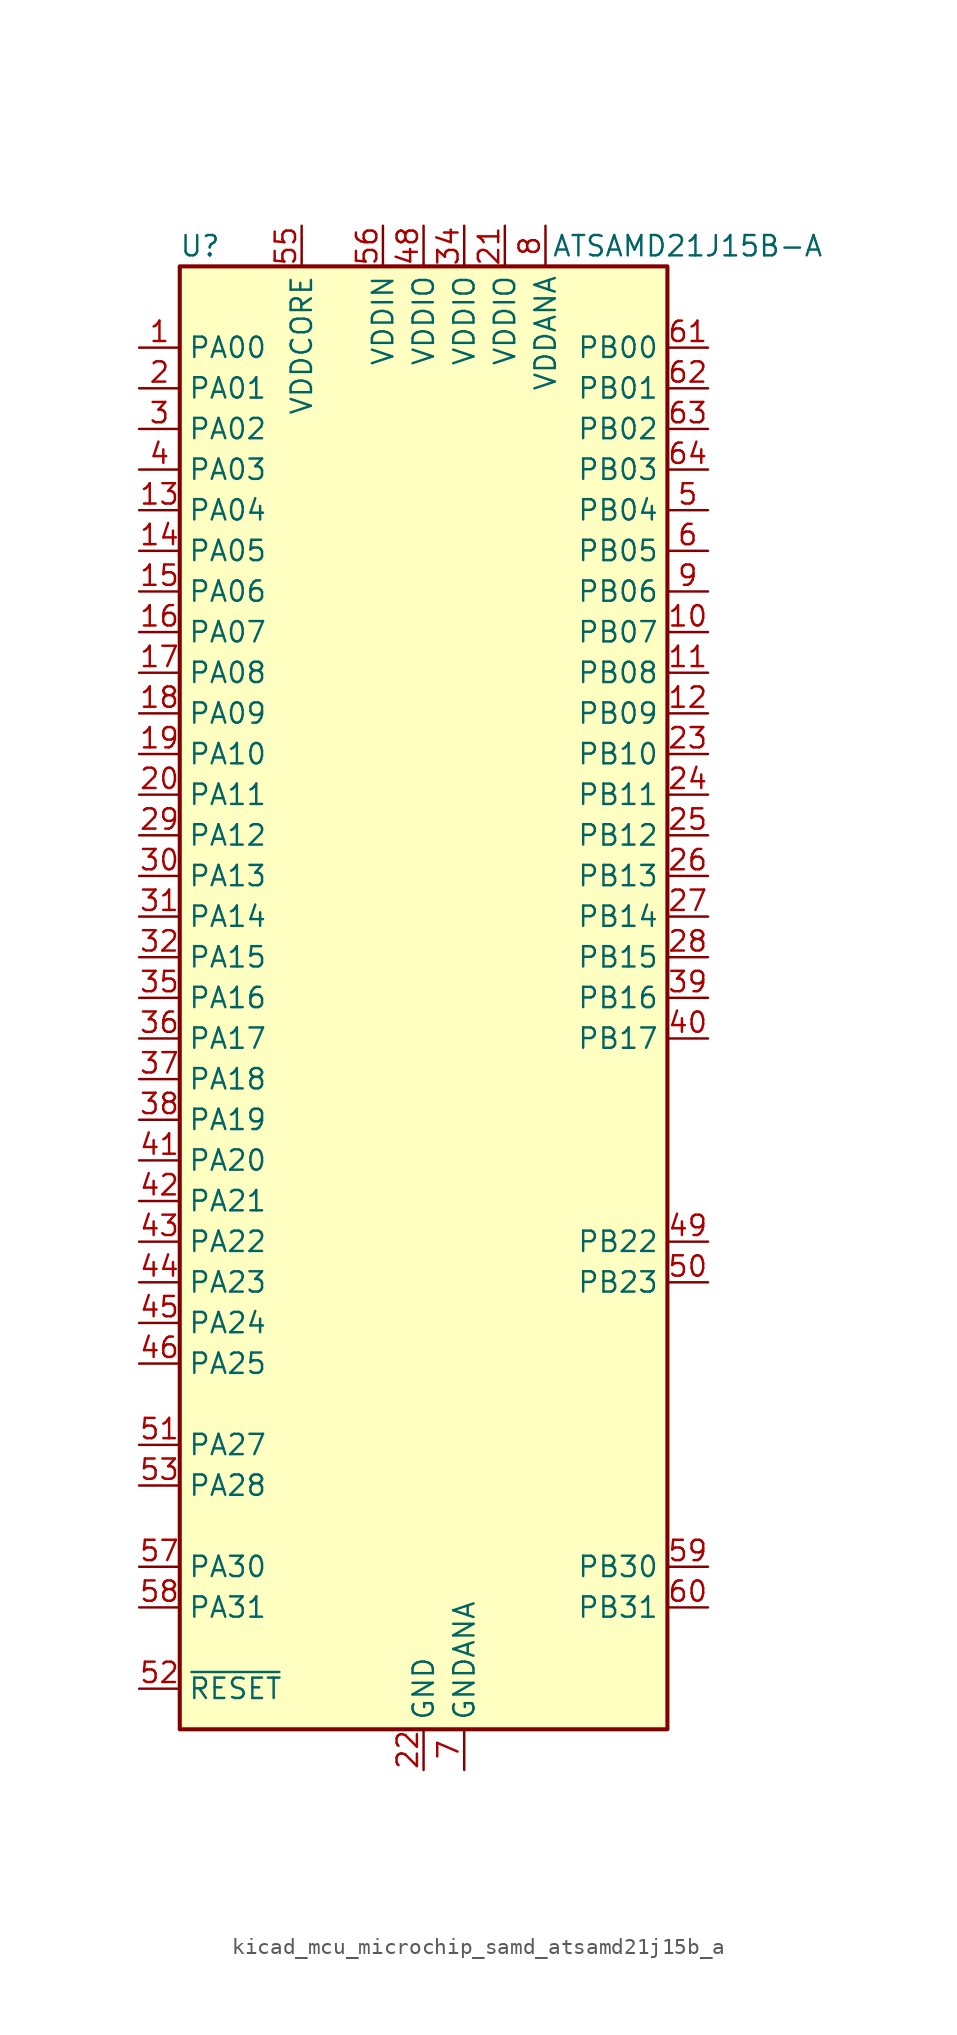
<source format=kicad_sym>
(kicad_symbol_lib
  (version 20220914)
  (generator kicad_symbol_editor)
  (symbol "kicad_mcu_microchip_samd_atsamd21j15b_a"
    (property "Reference" "U"
      (at -13.97 46.99 0)
      (effects (font (size 1.27 1.27))))
    (property "Value" "ATSAMD21J15B-A"
      (at 16.51 46.99 0)
      (effects (font (size 1.27 1.27))))
    (symbol "kicad_mcu_microchip_samd_atsamd21j15b_a_0_1"
      (rectangle (start -15.24 45.72) (end 15.24 -45.72) (stroke (width 0.254) (type default)) (fill (type background))))
    (symbol "kicad_mcu_microchip_samd_atsamd21j15b_a_1_1"
      (pin bidirectional line (at -17.78 40.64 0) (length 2.54) (name "PA00" (effects (font (size 1.27 1.27)))) (number "1" (effects (font (size 1.27 1.27)))))
      (pin bidirectional line (at 17.78 22.86 180) (length 2.54) (name "PB07" (effects (font (size 1.27 1.27)))) (number "10" (effects (font (size 1.27 1.27)))))
      (pin bidirectional line (at 17.78 20.32 180) (length 2.54) (name "PB08" (effects (font (size 1.27 1.27)))) (number "11" (effects (font (size 1.27 1.27)))))
      (pin bidirectional line (at 17.78 17.78 180) (length 2.54) (name "PB09" (effects (font (size 1.27 1.27)))) (number "12" (effects (font (size 1.27 1.27)))))
      (pin bidirectional line (at -17.78 30.48 0) (length 2.54) (name "PA04" (effects (font (size 1.27 1.27)))) (number "13" (effects (font (size 1.27 1.27)))))
      (pin bidirectional line (at -17.78 27.94 0) (length 2.54) (name "PA05" (effects (font (size 1.27 1.27)))) (number "14" (effects (font (size 1.27 1.27)))))
      (pin bidirectional line (at -17.78 25.4 0) (length 2.54) (name "PA06" (effects (font (size 1.27 1.27)))) (number "15" (effects (font (size 1.27 1.27)))))
      (pin bidirectional line (at -17.78 22.86 0) (length 2.54) (name "PA07" (effects (font (size 1.27 1.27)))) (number "16" (effects (font (size 1.27 1.27)))))
      (pin bidirectional line (at -17.78 20.32 0) (length 2.54) (name "PA08" (effects (font (size 1.27 1.27)))) (number "17" (effects (font (size 1.27 1.27)))))
      (pin bidirectional line (at -17.78 17.78 0) (length 2.54) (name "PA09" (effects (font (size 1.27 1.27)))) (number "18" (effects (font (size 1.27 1.27)))))
      (pin bidirectional line (at -17.78 15.24 0) (length 2.54) (name "PA10" (effects (font (size 1.27 1.27)))) (number "19" (effects (font (size 1.27 1.27)))))
      (pin bidirectional line (at -17.78 38.1 0) (length 2.54) (name "PA01" (effects (font (size 1.27 1.27)))) (number "2" (effects (font (size 1.27 1.27)))))
      (pin bidirectional line (at -17.78 12.7 0) (length 2.54) (name "PA11" (effects (font (size 1.27 1.27)))) (number "20" (effects (font (size 1.27 1.27)))))
      (pin power_in line (at 5.08 48.26 270) (length 2.54) (name "VDDIO" (effects (font (size 1.27 1.27)))) (number "21" (effects (font (size 1.27 1.27)))))
      (pin power_in line (at 0 -48.26 90) (length 2.54) (name "GND" (effects (font (size 1.27 1.27)))) (number "22" (effects (font (size 1.27 1.27)))))
      (pin bidirectional line (at 17.78 15.24 180) (length 2.54) (name "PB10" (effects (font (size 1.27 1.27)))) (number "23" (effects (font (size 1.27 1.27)))))
      (pin bidirectional line (at 17.78 12.7 180) (length 2.54) (name "PB11" (effects (font (size 1.27 1.27)))) (number "24" (effects (font (size 1.27 1.27)))))
      (pin bidirectional line (at 17.78 10.16 180) (length 2.54) (name "PB12" (effects (font (size 1.27 1.27)))) (number "25" (effects (font (size 1.27 1.27)))))
      (pin bidirectional line (at 17.78 7.62 180) (length 2.54) (name "PB13" (effects (font (size 1.27 1.27)))) (number "26" (effects (font (size 1.27 1.27)))))
      (pin bidirectional line (at 17.78 5.08 180) (length 2.54) (name "PB14" (effects (font (size 1.27 1.27)))) (number "27" (effects (font (size 1.27 1.27)))))
      (pin bidirectional line (at 17.78 2.54 180) (length 2.54) (name "PB15" (effects (font (size 1.27 1.27)))) (number "28" (effects (font (size 1.27 1.27)))))
      (pin bidirectional line (at -17.78 10.16 0) (length 2.54) (name "PA12" (effects (font (size 1.27 1.27)))) (number "29" (effects (font (size 1.27 1.27)))))
      (pin bidirectional line (at -17.78 35.56 0) (length 2.54) (name "PA02" (effects (font (size 1.27 1.27)))) (number "3" (effects (font (size 1.27 1.27)))))
      (pin bidirectional line (at -17.78 7.62 0) (length 2.54) (name "PA13" (effects (font (size 1.27 1.27)))) (number "30" (effects (font (size 1.27 1.27)))))
      (pin bidirectional line (at -17.78 5.08 0) (length 2.54) (name "PA14" (effects (font (size 1.27 1.27)))) (number "31" (effects (font (size 1.27 1.27)))))
      (pin bidirectional line (at -17.78 2.54 0) (length 2.54) (name "PA15" (effects (font (size 1.27 1.27)))) (number "32" (effects (font (size 1.27 1.27)))))
      (pin passive line (at 0 -48.26 90) (length 2.54) hide (name "GND" (effects (font (size 1.27 1.27)))) (number "33" (effects (font (size 1.27 1.27)))))
      (pin power_in line (at 2.54 48.26 270) (length 2.54) (name "VDDIO" (effects (font (size 1.27 1.27)))) (number "34" (effects (font (size 1.27 1.27)))))
      (pin bidirectional line (at -17.78 0 0) (length 2.54) (name "PA16" (effects (font (size 1.27 1.27)))) (number "35" (effects (font (size 1.27 1.27)))))
      (pin bidirectional line (at -17.78 -2.54 0) (length 2.54) (name "PA17" (effects (font (size 1.27 1.27)))) (number "36" (effects (font (size 1.27 1.27)))))
      (pin bidirectional line (at -17.78 -5.08 0) (length 2.54) (name "PA18" (effects (font (size 1.27 1.27)))) (number "37" (effects (font (size 1.27 1.27)))))
      (pin bidirectional line (at -17.78 -7.62 0) (length 2.54) (name "PA19" (effects (font (size 1.27 1.27)))) (number "38" (effects (font (size 1.27 1.27)))))
      (pin bidirectional line (at 17.78 0 180) (length 2.54) (name "PB16" (effects (font (size 1.27 1.27)))) (number "39" (effects (font (size 1.27 1.27)))))
      (pin bidirectional line (at -17.78 33.02 0) (length 2.54) (name "PA03" (effects (font (size 1.27 1.27)))) (number "4" (effects (font (size 1.27 1.27)))))
      (pin bidirectional line (at 17.78 -2.54 180) (length 2.54) (name "PB17" (effects (font (size 1.27 1.27)))) (number "40" (effects (font (size 1.27 1.27)))))
      (pin bidirectional line (at -17.78 -10.16 0) (length 2.54) (name "PA20" (effects (font (size 1.27 1.27)))) (number "41" (effects (font (size 1.27 1.27)))))
      (pin bidirectional line (at -17.78 -12.7 0) (length 2.54) (name "PA21" (effects (font (size 1.27 1.27)))) (number "42" (effects (font (size 1.27 1.27)))))
      (pin bidirectional line (at -17.78 -15.24 0) (length 2.54) (name "PA22" (effects (font (size 1.27 1.27)))) (number "43" (effects (font (size 1.27 1.27)))))
      (pin bidirectional line (at -17.78 -17.78 0) (length 2.54) (name "PA23" (effects (font (size 1.27 1.27)))) (number "44" (effects (font (size 1.27 1.27)))))
      (pin bidirectional line (at -17.78 -20.32 0) (length 2.54) (name "PA24" (effects (font (size 1.27 1.27)))) (number "45" (effects (font (size 1.27 1.27)))))
      (pin bidirectional line (at -17.78 -22.86 0) (length 2.54) (name "PA25" (effects (font (size 1.27 1.27)))) (number "46" (effects (font (size 1.27 1.27)))))
      (pin passive line (at 0 -48.26 90) (length 2.54) hide (name "GND" (effects (font (size 1.27 1.27)))) (number "47" (effects (font (size 1.27 1.27)))))
      (pin power_in line (at 0 48.26 270) (length 2.54) (name "VDDIO" (effects (font (size 1.27 1.27)))) (number "48" (effects (font (size 1.27 1.27)))))
      (pin bidirectional line (at 17.78 -15.24 180) (length 2.54) (name "PB22" (effects (font (size 1.27 1.27)))) (number "49" (effects (font (size 1.27 1.27)))))
      (pin bidirectional line (at 17.78 30.48 180) (length 2.54) (name "PB04" (effects (font (size 1.27 1.27)))) (number "5" (effects (font (size 1.27 1.27)))))
      (pin bidirectional line (at 17.78 -17.78 180) (length 2.54) (name "PB23" (effects (font (size 1.27 1.27)))) (number "50" (effects (font (size 1.27 1.27)))))
      (pin bidirectional line (at -17.78 -27.94 0) (length 2.54) (name "PA27" (effects (font (size 1.27 1.27)))) (number "51" (effects (font (size 1.27 1.27)))))
      (pin input line (at -17.78 -43.18 0) (length 2.54) (name "~{RESET}" (effects (font (size 1.27 1.27)))) (number "52" (effects (font (size 1.27 1.27)))))
      (pin bidirectional line (at -17.78 -30.48 0) (length 2.54) (name "PA28" (effects (font (size 1.27 1.27)))) (number "53" (effects (font (size 1.27 1.27)))))
      (pin passive line (at 0 -48.26 90) (length 2.54) hide (name "GND" (effects (font (size 1.27 1.27)))) (number "54" (effects (font (size 1.27 1.27)))))
      (pin power_out line (at -7.62 48.26 270) (length 2.54) (name "VDDCORE" (effects (font (size 1.27 1.27)))) (number "55" (effects (font (size 1.27 1.27)))))
      (pin power_in line (at -2.54 48.26 270) (length 2.54) (name "VDDIN" (effects (font (size 1.27 1.27)))) (number "56" (effects (font (size 1.27 1.27)))))
      (pin bidirectional line (at -17.78 -35.56 0) (length 2.54) (name "PA30" (effects (font (size 1.27 1.27)))) (number "57" (effects (font (size 1.27 1.27)))))
      (pin bidirectional line (at -17.78 -38.1 0) (length 2.54) (name "PA31" (effects (font (size 1.27 1.27)))) (number "58" (effects (font (size 1.27 1.27)))))
      (pin bidirectional line (at 17.78 -35.56 180) (length 2.54) (name "PB30" (effects (font (size 1.27 1.27)))) (number "59" (effects (font (size 1.27 1.27)))))
      (pin bidirectional line (at 17.78 27.94 180) (length 2.54) (name "PB05" (effects (font (size 1.27 1.27)))) (number "6" (effects (font (size 1.27 1.27)))))
      (pin bidirectional line (at 17.78 -38.1 180) (length 2.54) (name "PB31" (effects (font (size 1.27 1.27)))) (number "60" (effects (font (size 1.27 1.27)))))
      (pin bidirectional line (at 17.78 40.64 180) (length 2.54) (name "PB00" (effects (font (size 1.27 1.27)))) (number "61" (effects (font (size 1.27 1.27)))))
      (pin bidirectional line (at 17.78 38.1 180) (length 2.54) (name "PB01" (effects (font (size 1.27 1.27)))) (number "62" (effects (font (size 1.27 1.27)))))
      (pin bidirectional line (at 17.78 35.56 180) (length 2.54) (name "PB02" (effects (font (size 1.27 1.27)))) (number "63" (effects (font (size 1.27 1.27)))))
      (pin bidirectional line (at 17.78 33.02 180) (length 2.54) (name "PB03" (effects (font (size 1.27 1.27)))) (number "64" (effects (font (size 1.27 1.27)))))
      (pin power_in line (at 2.54 -48.26 90) (length 2.54) (name "GNDANA" (effects (font (size 1.27 1.27)))) (number "7" (effects (font (size 1.27 1.27)))))
      (pin power_in line (at 7.62 48.26 270) (length 2.54) (name "VDDANA" (effects (font (size 1.27 1.27)))) (number "8" (effects (font (size 1.27 1.27)))))
      (pin bidirectional line (at 17.78 25.4 180) (length 2.54) (name "PB06" (effects (font (size 1.27 1.27)))) (number "9" (effects (font (size 1.27 1.27))))))))
</source>
